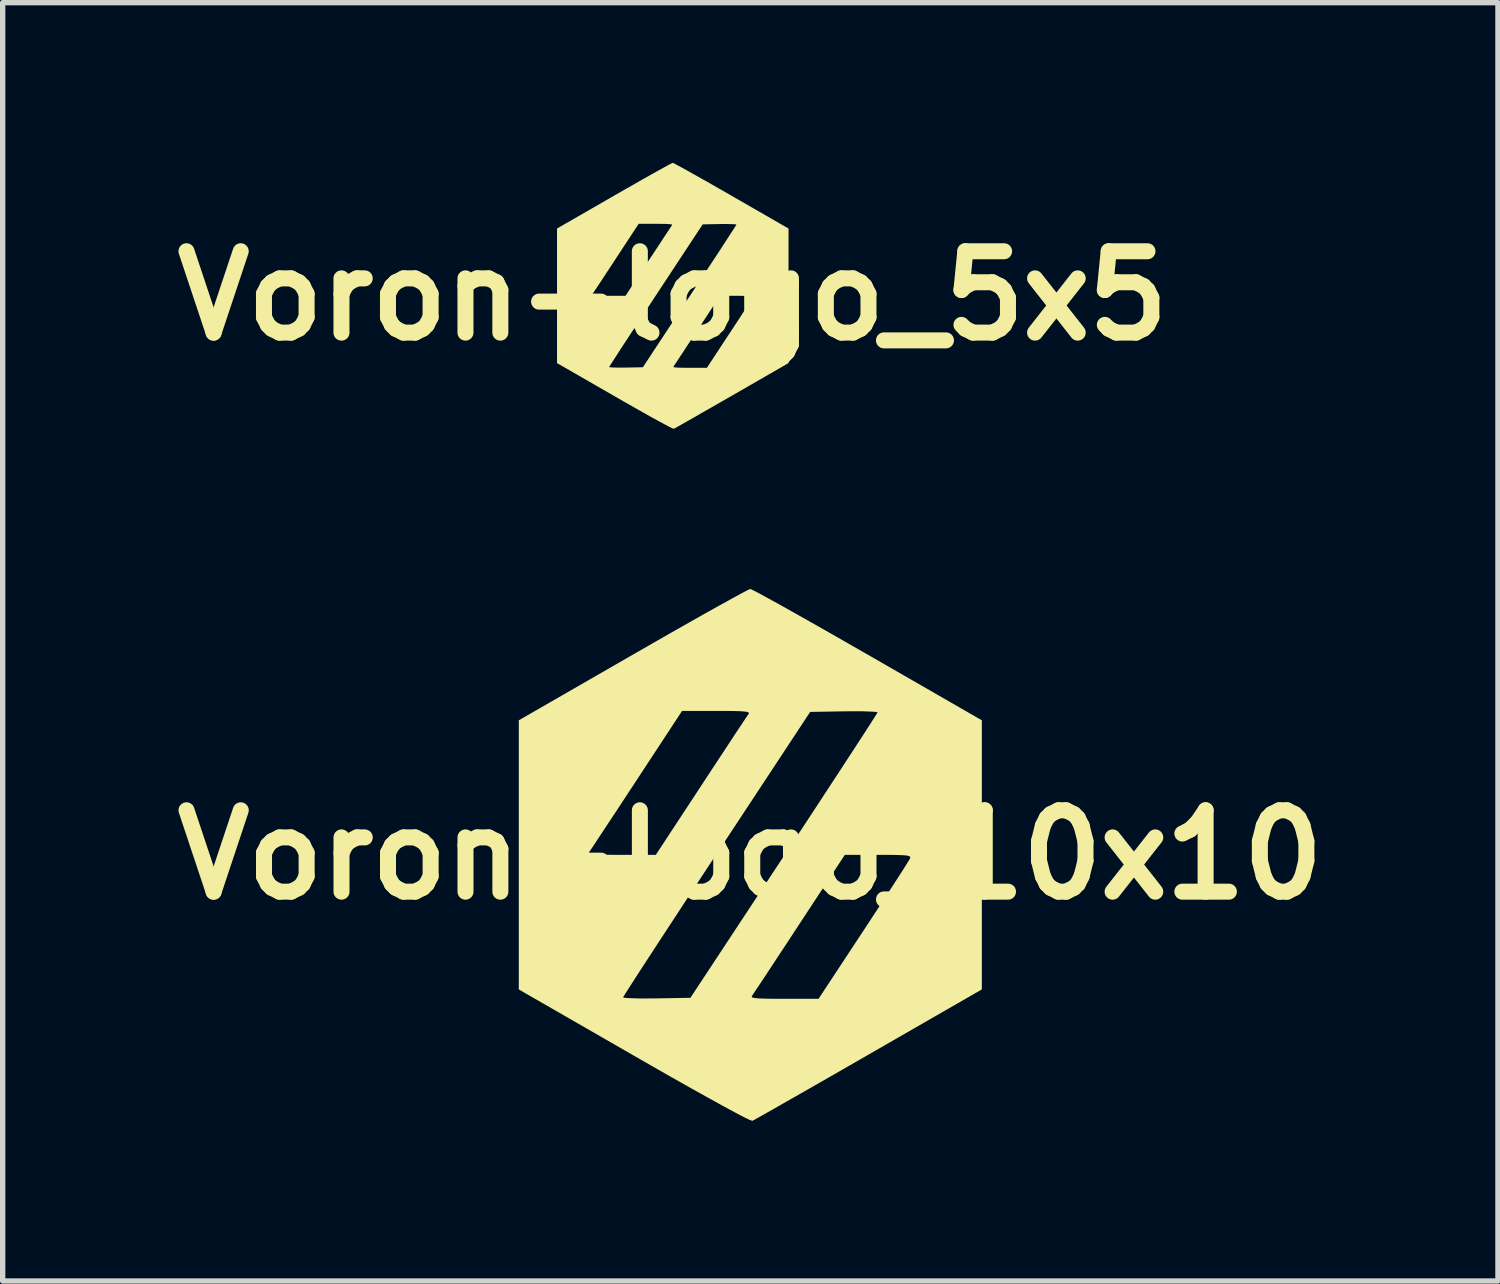
<source format=kicad_pcb>
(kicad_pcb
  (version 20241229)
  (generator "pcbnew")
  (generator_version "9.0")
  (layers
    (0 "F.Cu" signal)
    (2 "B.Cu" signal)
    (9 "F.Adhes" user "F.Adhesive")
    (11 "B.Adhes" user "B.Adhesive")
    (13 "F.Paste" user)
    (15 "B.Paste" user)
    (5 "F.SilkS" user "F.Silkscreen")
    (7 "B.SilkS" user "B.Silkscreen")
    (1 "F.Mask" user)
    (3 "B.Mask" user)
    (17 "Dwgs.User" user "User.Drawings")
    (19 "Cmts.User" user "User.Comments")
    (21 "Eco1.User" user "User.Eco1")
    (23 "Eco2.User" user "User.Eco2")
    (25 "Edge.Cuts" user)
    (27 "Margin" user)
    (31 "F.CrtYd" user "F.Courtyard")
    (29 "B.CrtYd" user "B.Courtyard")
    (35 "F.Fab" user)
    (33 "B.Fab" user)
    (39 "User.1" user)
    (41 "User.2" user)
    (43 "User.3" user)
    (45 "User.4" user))
  (footprint "Voron-logo_10x10"
    (layer "F.Cu")
    (at 11.002 12.96)
    (property "Reference" "Voron-logo_10x10" (at 0 0 0) (layer "F.SilkS") (effects (font (size 1.524 1.524) (thickness 0.3))))
    (attr board_only exclude_from_pos_files exclude_from_bom)
    (fp_poly (pts (xy 0.043 -4.96) (xy 0.149 -4.906) (xy 0.31 -4.818) (xy 0.522 -4.702) (xy 0.777 -4.559) (xy 1.07 -4.394) (xy 1.396 -4.209) (xy 1.747 -4.009) (xy 2.119 -3.795) (xy 2.199 -3.75) (xy 4.336 -2.52) (xy 4.336 0) (xy 4.336 2.52) (xy 2.217 3.739) (xy 1.843 3.954) (xy 1.488 4.158) (xy 1.158 4.347) (xy 0.86 4.517) (xy 0.598 4.666) (xy 0.38 4.791) (xy 0.21 4.886) (xy 0.095 4.951) (xy 0.041 4.98) (xy 0.038 4.981) (xy -0.007 4.966) (xy -0.115 4.914) (xy -0.283 4.826) (xy -0.506 4.706) (xy -0.779 4.555) (xy -1.1 4.376) (xy -1.463 4.171) (xy -1.865 3.942) (xy -2.178 3.762) (xy -4.08 2.668) (xy -2.383 2.668) (xy -2.346 2.678) (xy -2.244 2.684) (xy -2.091 2.689) (xy -1.898 2.689) (xy -1.752 2.688) (xy -1.121 2.677) (xy -1.102 2.647) (xy 0.027 2.647) (xy 0.029 2.666) (xy 0.071 2.68) (xy 0.162 2.689) (xy 0.31 2.694) (xy 0.525 2.696) (xy 0.634 2.696) (xy 1.278 2.696) (xy 2.123 1.413) (xy 2.31 1.128) (xy 2.484 0.861) (xy 2.64 0.621) (xy 2.774 0.414) (xy 2.88 0.249) (xy 2.953 0.131) (xy 2.99 0.07) (xy 2.993 0.065) (xy 2.995 0.04) (xy 2.975 0.023) (xy 2.922 0.011) (xy 2.824 0.005) (xy 2.672 0.001) (xy 2.455 0.000029) (xy 2.394 0) (xy 1.77 0) (xy 0.917 1.299) (xy 0.729 1.586) (xy 0.553 1.853) (xy 0.395 2.093) (xy 0.259 2.3) (xy 0.149 2.465) (xy 0.072 2.581) (xy 0.031 2.641) (xy 0.027 2.647) (xy -1.102 2.647) (xy 0.63 0.02) (xy 0.901 -0.391) (xy 1.159 -0.783) (xy 1.4 -1.152) (xy 1.623 -1.492) (xy 1.823 -1.799) (xy 1.998 -2.067) (xy 2.144 -2.292) (xy 2.258 -2.469) (xy 2.337 -2.593) (xy 2.378 -2.658) (xy 2.383 -2.668) (xy 2.346 -2.678) (xy 2.244 -2.684) (xy 2.091 -2.689) (xy 1.898 -2.689) (xy 1.752 -2.688) (xy 1.121 -2.677) (xy -0.63 -0.02) (xy -0.901 0.391) (xy -1.159 0.783) (xy -1.4 1.152) (xy -1.623 1.492) (xy -1.823 1.799) (xy -1.998 2.067) (xy -2.144 2.292) (xy -2.258 2.469) (xy -2.337 2.593) (xy -2.378 2.658) (xy -2.383 2.668) (xy -4.08 2.668) (xy -4.336 2.52) (xy -4.336 0) (xy -4.336 -0.049) (xy -3.02 -0.049) (xy -3.019 -0.03) (xy -2.978 -0.017) (xy -2.887 -0.008) (xy -2.739 -0.002) (xy -2.524 -0.000189) (xy -2.414 0) (xy -1.77 0) (xy -0.917 -1.299) (xy -0.729 -1.586) (xy -0.553 -1.853) (xy -0.395 -2.093) (xy -0.259 -2.3) (xy -0.149 -2.465) (xy -0.072 -2.581) (xy -0.031 -2.641) (xy -0.027 -2.647) (xy -0.029 -2.666) (xy -0.071 -2.68) (xy -0.162 -2.689) (xy -0.31 -2.694) (xy -0.525 -2.696) (xy -0.634 -2.696) (xy -1.278 -2.696) (xy -2.13 -1.397) (xy -2.319 -1.11) (xy -2.494 -0.843) (xy -2.653 -0.603) (xy -2.789 -0.397) (xy -2.898 -0.232) (xy -2.975 -0.115) (xy -3.016 -0.055) (xy -3.02 -0.049) (xy -4.336 -0.049) (xy -4.336 -2.52) (xy -2.199 -3.75) (xy -1.824 -3.965) (xy -1.468 -4.169) (xy -1.136 -4.357) (xy -0.836 -4.527) (xy -0.572 -4.674) (xy -0.351 -4.796) (xy -0.179 -4.89) (xy -0.062 -4.952) (xy -0.005 -4.979) (xy -0.001 -4.98)) (stroke (width 0) (type solid)) (fill yes) (layer "F.SilkS")))
  (footprint "Voron-logo_5x5"
    (layer "F.Cu")
    (at 9.55 2.49)
    (property "Reference" "Voron-logo_5x5" (at 0 0 0) (layer "F.SilkS") (effects (font (size 1.524 1.524) (thickness 0.3))))
    (attr board_only exclude_from_pos_files exclude_from_bom)
    (fp_poly (pts (xy 0.022 -2.48) (xy 0.074 -2.453) (xy 0.155 -2.409) (xy 0.261 -2.351) (xy 0.388 -2.279) (xy 0.535 -2.197) (xy 0.698 -2.105) (xy 0.874 -2.004) (xy 1.06 -1.898) (xy 1.099 -1.875) (xy 2.168 -1.26) (xy 2.168 0) (xy 2.168 1.26) (xy 1.108 1.87) (xy 0.921 1.977) (xy 0.744 2.079) (xy 0.579 2.173) (xy 0.43 2.259) (xy 0.299 2.333) (xy 0.19 2.395) (xy 0.105 2.443) (xy 0.048 2.475) (xy 0.021 2.49) (xy 0.019 2.49) (xy -0.003 2.483) (xy -0.058 2.457) (xy -0.141 2.413) (xy -0.253 2.353) (xy -0.39 2.278) (xy -0.55 2.188) (xy -0.732 2.085) (xy -0.933 1.971) (xy -1.089 1.881) (xy -2.04 1.334) (xy -1.191 1.334) (xy -1.173 1.339) (xy -1.122 1.342) (xy -1.045 1.344) (xy -0.949 1.345) (xy -0.876 1.344) (xy -0.56 1.338) (xy -0.551 1.324) (xy 0.014 1.324) (xy 0.014 1.333) (xy 0.035 1.34) (xy 0.081 1.344) (xy 0.155 1.347) (xy 0.263 1.348) (xy 0.317 1.348) (xy 0.639 1.348) (xy 1.061 0.706) (xy 1.155 0.564) (xy 1.242 0.431) (xy 1.32 0.31) (xy 1.387 0.207) (xy 1.44 0.124) (xy 1.477 0.066) (xy 1.495 0.035) (xy 1.496 0.032) (xy 1.498 0.02) (xy 1.488 0.011) (xy 1.461 0.006) (xy 1.412 0.002) (xy 1.336 0.001) (xy 1.228 0.000014) (xy 1.197 0) (xy 0.885 0) (xy 0.458 0.65) (xy 0.364 0.793) (xy 0.276 0.926) (xy 0.197 1.047) (xy 0.129 1.15) (xy 0.075 1.232) (xy 0.036 1.29) (xy 0.016 1.321) (xy 0.014 1.324) (xy -0.551 1.324) (xy 0.315 0.01) (xy 0.45 -0.196) (xy 0.579 -0.392) (xy 0.7 -0.576) (xy 0.812 -0.746) (xy 0.912 -0.899) (xy 0.999 -1.033) (xy 1.072 -1.146) (xy 1.129 -1.234) (xy 1.169 -1.296) (xy 1.189 -1.329) (xy 1.191 -1.334) (xy 1.173 -1.339) (xy 1.122 -1.342) (xy 1.045 -1.344) (xy 0.949 -1.345) (xy 0.876 -1.344) (xy 0.56 -1.338) (xy -0.315 -0.01) (xy -0.45 0.196) (xy -0.579 0.392) (xy -0.7 0.576) (xy -0.812 0.746) (xy -0.912 0.899) (xy -0.999 1.033) (xy -1.072 1.146) (xy -1.129 1.234) (xy -1.169 1.296) (xy -1.189 1.329) (xy -1.191 1.334) (xy -2.04 1.334) (xy -2.168 1.26) (xy -2.168 0) (xy -2.168 -0.024) (xy -1.51 -0.024) (xy -1.51 -0.015) (xy -1.489 -0.008) (xy -1.443 -0.004) (xy -1.369 -0.001) (xy -1.262 -0.000095) (xy -1.207 0) (xy -0.885 0) (xy -0.458 -0.65) (xy -0.364 -0.793) (xy -0.276 -0.926) (xy -0.197 -1.047) (xy -0.129 -1.15) (xy -0.075 -1.232) (xy -0.036 -1.29) (xy -0.016 -1.321) (xy -0.014 -1.324) (xy -0.014 -1.333) (xy -0.035 -1.34) (xy -0.081 -1.344) (xy -0.155 -1.347) (xy -0.263 -1.348) (xy -0.317 -1.348) (xy -0.639 -1.348) (xy -1.065 -0.699) (xy -1.159 -0.555) (xy -1.247 -0.422) (xy -1.326 -0.301) (xy -1.394 -0.198) (xy -1.449 -0.116) (xy -1.488 -0.058) (xy -1.508 -0.027) (xy -1.51 -0.024) (xy -2.168 -0.024) (xy -2.168 -1.26) (xy -1.1 -1.875) (xy -0.912 -1.983) (xy -0.734 -2.084) (xy -0.568 -2.179) (xy -0.418 -2.263) (xy -0.286 -2.337) (xy -0.176 -2.398) (xy -0.09 -2.445) (xy -0.031 -2.476) (xy -0.002 -2.489) (xy -0.000403 -2.49)) (stroke (width 0) (type solid)) (fill yes) (layer "F.SilkS")))
  (gr_rect
    (start -3 -3)
    (end 25.004 20.941)
    (stroke (width 0.1) (type default))
    (fill no)
    (layer "Edge.Cuts")))
</source>
